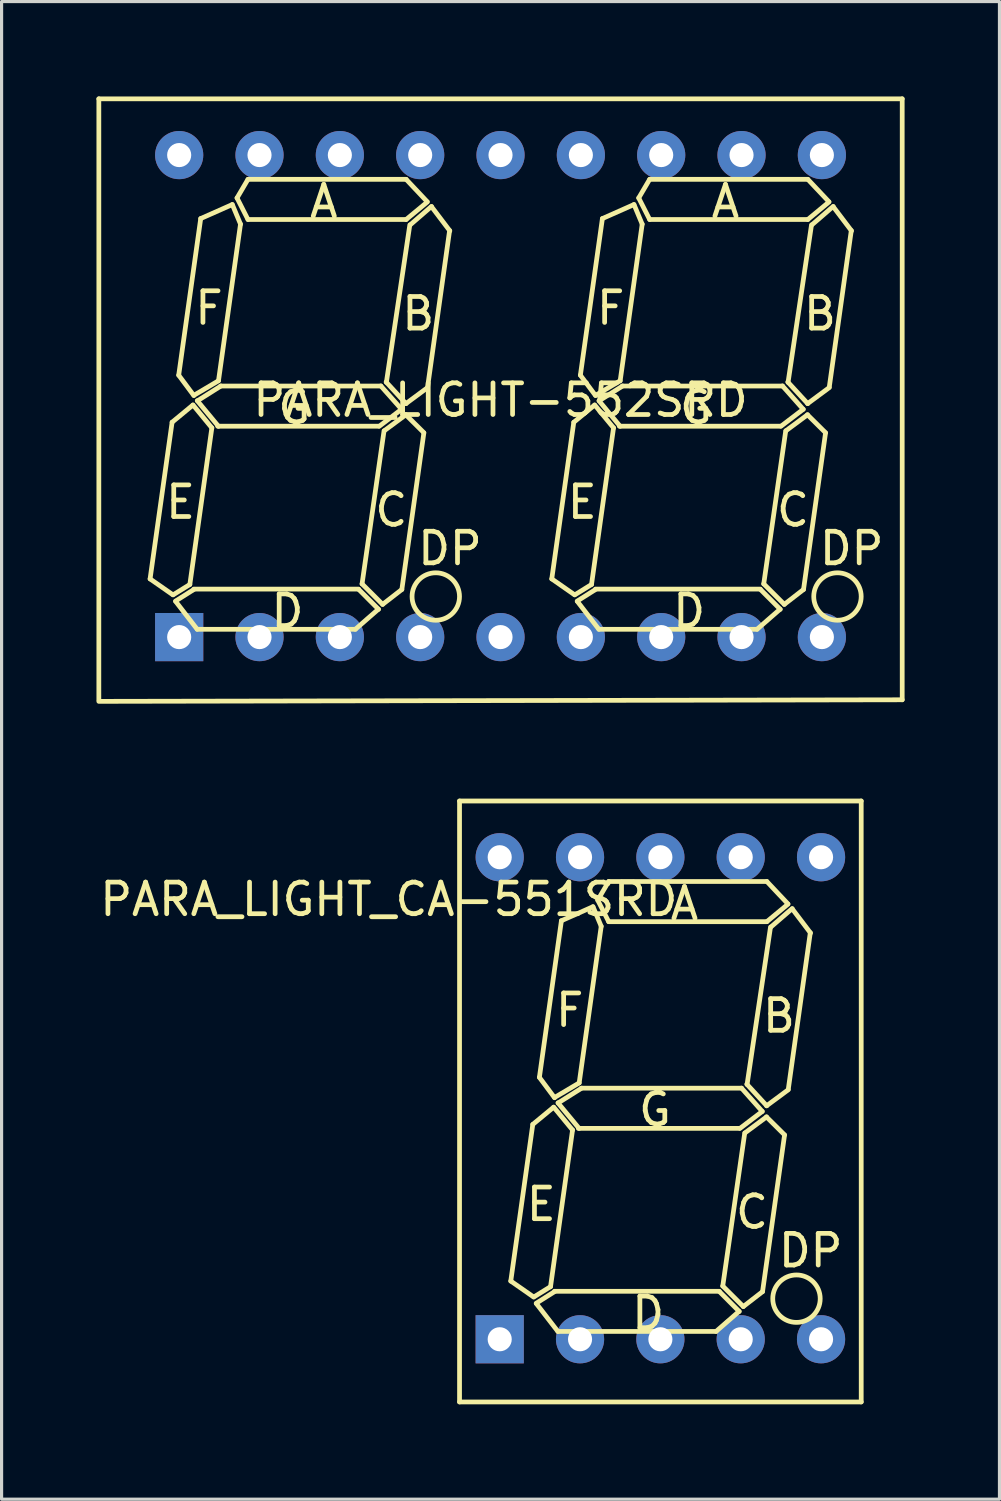
<source format=kicad_pcb>
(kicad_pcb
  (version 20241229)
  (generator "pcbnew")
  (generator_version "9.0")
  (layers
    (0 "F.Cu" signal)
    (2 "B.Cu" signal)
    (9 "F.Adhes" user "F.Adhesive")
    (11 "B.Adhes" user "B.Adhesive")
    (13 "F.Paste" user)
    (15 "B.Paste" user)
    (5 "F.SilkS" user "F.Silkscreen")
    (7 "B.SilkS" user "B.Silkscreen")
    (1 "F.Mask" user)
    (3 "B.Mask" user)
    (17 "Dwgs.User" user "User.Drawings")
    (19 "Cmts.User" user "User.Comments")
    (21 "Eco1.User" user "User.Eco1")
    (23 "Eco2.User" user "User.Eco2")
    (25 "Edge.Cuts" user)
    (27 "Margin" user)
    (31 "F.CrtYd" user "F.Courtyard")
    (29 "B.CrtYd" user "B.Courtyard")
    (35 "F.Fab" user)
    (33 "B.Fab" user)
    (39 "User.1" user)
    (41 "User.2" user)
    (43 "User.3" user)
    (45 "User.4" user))
  (footprint "PARA_LIGHT_CA-551SRD"
    (layer "F.Cu")
    (at 17.829 31.8)
    (property "Reference" "PARA_LIGHT_CA-551SRD" (at -8.585 -6.416 0) (layer "F.SilkS") (effects (font (size 1 1) (thickness 0.15))))
    (attr through_hole)
    (fp_line (start -6.35 -9.525) (end -6.35 9.475) (stroke (width 0.15) (type solid)) (layer "F.SilkS"))
    (fp_line (start -6.35 -9.525) (end 6.35 -9.525) (stroke (width 0.15) (type solid)) (layer "F.SilkS"))
    (fp_line (start -6.35 9.475) (end 6.35 9.475) (stroke (width 0.15) (type solid)) (layer "F.SilkS"))
    (fp_line (start -4.73 5.653) (end -4.034 0.701) (stroke (width 0.15) (type solid)) (layer "F.SilkS"))
    (fp_line (start -4.011 6.155) (end -4.73 5.653) (stroke (width 0.15) (type solid)) (layer "F.SilkS"))
    (fp_line (start -3.919 6.368) (end -3.241 7.246) (stroke (width 0.15) (type solid)) (layer "F.SilkS"))
    (fp_line (start -3.825 -0.787) (end -3.346 -0.143) (stroke (width 0.15) (type solid)) (layer "F.SilkS"))
    (fp_line (start -3.473 5.83) (end -4.001 6.157) (stroke (width 0.15) (type solid)) (layer "F.SilkS"))
    (fp_line (start -3.473 5.83) (end -2.777 0.878) (stroke (width 0.15) (type solid)) (layer "F.SilkS"))
    (fp_line (start -3.378 0.158) (end -4.034 0.7) (stroke (width 0.15) (type solid)) (layer "F.SilkS"))
    (fp_line (start -3.345 -0.151) (end -2.567 -0.611) (stroke (width 0.15) (type solid)) (layer "F.SilkS"))
    (fp_line (start -3.337 5.982) (end -3.927 6.355) (stroke (width 0.15) (type solid)) (layer "F.SilkS"))
    (fp_line (start -3.238 0.02) (end -2.568 0.828) (stroke (width 0.15) (type solid)) (layer "F.SilkS"))
    (fp_line (start -3.129 -5.74) (end -3.825 -0.789) (stroke (width 0.15) (type solid)) (layer "F.SilkS"))
    (fp_line (start -3.129 -5.74) (end -2.133 -6.182) (stroke (width 0.15) (type solid)) (layer "F.SilkS"))
    (fp_line (start -2.777 0.877) (end -3.373 0.153) (stroke (width 0.15) (type solid)) (layer "F.SilkS"))
    (fp_line (start -2.489 -0.447) (end -3.231 0.021) (stroke (width 0.15) (type solid)) (layer "F.SilkS"))
    (fp_line (start -2.13 -6.184) (end -1.871 -5.563) (stroke (width 0.15) (type solid)) (layer "F.SilkS"))
    (fp_line (start -1.981 -6.391) (end -1.635 -5.71) (stroke (width 0.15) (type solid)) (layer "F.SilkS"))
    (fp_line (start -1.871 -5.563) (end -2.567 -0.612) (stroke (width 0.15) (type solid)) (layer "F.SilkS"))
    (fp_line (start -1.635 -6.98) (end -1.981 -6.391) (stroke (width 0.15) (type solid)) (layer "F.SilkS"))
    (fp_line (start 1.76 7.246) (end -3.24 7.246) (stroke (width 0.15) (type solid)) (layer "F.SilkS"))
    (fp_line (start 1.862 5.981) (end 2.494 6.614) (stroke (width 0.15) (type solid)) (layer "F.SilkS"))
    (fp_line (start 1.862 5.976) (end -3.348 5.976) (stroke (width 0.15) (type solid)) (layer "F.SilkS"))
    (fp_line (start 1.972 5.811) (end 2.667 0.973) (stroke (width 0.15) (type solid)) (layer "F.SilkS"))
    (fp_line (start 2.489 6.611) (end 1.76 7.246) (stroke (width 0.15) (type solid)) (layer "F.SilkS"))
    (fp_line (start 2.497 0.825) (end -2.593 0.825) (stroke (width 0.15) (type solid)) (layer "F.SilkS"))
    (fp_line (start 2.565 -0.448) (end 3.221 0.29) (stroke (width 0.15) (type solid)) (layer "F.SilkS"))
    (fp_line (start 2.568 -0.445) (end -2.5 -0.445) (stroke (width 0.15) (type solid)) (layer "F.SilkS"))
    (fp_line (start 2.622 6.459) (end 1.972 5.811) (stroke (width 0.15) (type solid)) (layer "F.SilkS"))
    (fp_line (start 2.733 -0.572) (end 3.363 0.112) (stroke (width 0.15) (type solid)) (layer "F.SilkS"))
    (fp_line (start 3.221 0.29) (end 2.517 0.826) (stroke (width 0.15) (type solid)) (layer "F.SilkS"))
    (fp_line (start 3.23 5.988) (end 2.622 6.459) (stroke (width 0.15) (type solid)) (layer "F.SilkS"))
    (fp_line (start 3.23 5.988) (end 3.926 1.037) (stroke (width 0.15) (type solid)) (layer "F.SilkS"))
    (fp_line (start 3.358 0.462) (end 2.675 0.968) (stroke (width 0.15) (type solid)) (layer "F.SilkS"))
    (fp_line (start 3.358 0.112) (end 4.044 -0.396) (stroke (width 0.15) (type solid)) (layer "F.SilkS"))
    (fp_line (start 3.366 -6.98) (end -1.634 -6.98) (stroke (width 0.15) (type solid)) (layer "F.SilkS"))
    (fp_line (start 3.366 -6.98) (end 4.031 -6.274) (stroke (width 0.15) (type solid)) (layer "F.SilkS"))
    (fp_line (start 3.366 -5.71) (end -1.634 -5.71) (stroke (width 0.15) (type solid)) (layer "F.SilkS"))
    (fp_line (start 3.482 -5.538) (end 2.741 -0.561) (stroke (width 0.15) (type solid)) (layer "F.SilkS"))
    (fp_line (start 3.502 -5.548) (end 4.168 -6.124) (stroke (width 0.15) (type solid)) (layer "F.SilkS"))
    (fp_line (start 3.926 1.03) (end 3.353 0.462) (stroke (width 0.15) (type solid)) (layer "F.SilkS"))
    (fp_line (start 4.036 -6.264) (end 3.366 -5.71) (stroke (width 0.15) (type solid)) (layer "F.SilkS"))
    (fp_line (start 4.168 -6.116) (end 4.747 -5.352) (stroke (width 0.15) (type solid)) (layer "F.SilkS"))
    (fp_line (start 4.74 -5.361) (end 4.044 -0.41) (stroke (width 0.15) (type solid)) (layer "F.SilkS"))
    (fp_line (start 6.35 -9.525) (end 6.35 9.475) (stroke (width 0.15) (type solid)) (layer "F.SilkS"))
    (fp_circle (center 4.303 6.21) (end 5.053 6.21) (stroke (width 0.15) (type solid)) (fill no) (layer "F.SilkS"))
    (fp_text user "B" (at 3.749 -2.731 0) (layer "F.SilkS") (effects (font (size 1 1) (thickness 0.15))))
    (fp_text user "G" (at -0.17 0.234 0) (layer "F.SilkS") (effects (font (size 1 1) (thickness 0.15))))
    (fp_text user "C" (at 2.896 3.472 0) (layer "F.SilkS") (effects (font (size 1 1) (thickness 0.15))))
    (fp_text user "D" (at -0.386 6.673 0) (layer "F.SilkS") (effects (font (size 1 1) (thickness 0.15))))
    (fp_text user "F" (at -2.868 -2.911 0) (layer "F.SilkS") (effects (font (size 1 1) (thickness 0.15))))
    (fp_text user "DP" (at 4.752 4.691 0) (layer "F.SilkS") (effects (font (size 1 1) (thickness 0.15))))
    (fp_text user "A" (at 0.762 -6.276 0) (layer "F.SilkS") (effects (font (size 1 1) (thickness 0.15))))
    (fp_text user "E" (at -3.767 3.226 0) (layer "F.SilkS") (effects (font (size 1 1) (thickness 0.15))))
    (pad "1" thru_hole rect (at -5.08 7.493) (size 1.524 1.524) (drill 0.762) (layers "*.Cu" "*.Mask"))
    (pad "2" thru_hole circle (at -2.54 7.493) (size 1.524 1.524) (drill 0.762) (layers "*.Cu" "*.Mask"))
    (pad "3" thru_hole circle (at 0 7.493) (size 1.524 1.524) (drill 0.762) (layers "*.Cu" "*.Mask"))
    (pad "4" thru_hole circle (at 2.54 7.493) (size 1.524 1.524) (drill 0.762) (layers "*.Cu" "*.Mask"))
    (pad "5" thru_hole circle (at 5.08 7.493) (size 1.524 1.524) (drill 0.762) (layers "*.Cu" "*.Mask"))
    (pad "6" thru_hole circle (at 5.08 -7.747) (size 1.524 1.524) (drill 0.762) (layers "*.Cu" "*.Mask"))
    (pad "7" thru_hole circle (at 2.54 -7.747) (size 1.524 1.524) (drill 0.762) (layers "*.Cu" "*.Mask"))
    (pad "8" thru_hole circle (at 0 -7.747) (size 1.524 1.524) (drill 0.762) (layers "*.Cu" "*.Mask"))
    (pad "9" thru_hole circle (at -2.54 -7.747) (size 1.524 1.524) (drill 0.762) (layers "*.Cu" "*.Mask"))
    (pad "10" thru_hole circle (at -5.08 -7.747) (size 1.524 1.524) (drill 0.762) (layers "*.Cu" "*.Mask")))
  (footprint "PARA_LIGHT-552SRD"
    (layer "F.Cu")
    (at 12.775 9.6)
    (property "Reference" "PARA_LIGHT-552SRD" (at 0 0 0) (layer "F.SilkS") (effects (font (size 1 1) (thickness 0.15))))
    (attr through_hole)
    (fp_line (start -12.7 -9.525) (end -12.7 9.475) (stroke (width 0.15) (type solid)) (layer "F.SilkS"))
    (fp_line (start -12.7 -9.525) (end 12.7 -9.525) (stroke (width 0.15) (type solid)) (layer "F.SilkS"))
    (fp_line (start -12.7 9.525) (end 12.7 9.475) (stroke (width 0.15) (type solid)) (layer "F.SilkS"))
    (fp_line (start -11.08 5.653) (end -10.384 0.701) (stroke (width 0.15) (type solid)) (layer "F.SilkS"))
    (fp_line (start -10.361 6.155) (end -11.08 5.653) (stroke (width 0.15) (type solid)) (layer "F.SilkS"))
    (fp_line (start -10.269 6.368) (end -9.591 7.246) (stroke (width 0.15) (type solid)) (layer "F.SilkS"))
    (fp_line (start -10.175 -0.787) (end -9.696 -0.143) (stroke (width 0.15) (type solid)) (layer "F.SilkS"))
    (fp_line (start -9.823 5.83) (end -10.351 6.157) (stroke (width 0.15) (type solid)) (layer "F.SilkS"))
    (fp_line (start -9.823 5.83) (end -9.127 0.878) (stroke (width 0.15) (type solid)) (layer "F.SilkS"))
    (fp_line (start -9.728 0.158) (end -10.384 0.7) (stroke (width 0.15) (type solid)) (layer "F.SilkS"))
    (fp_line (start -9.695 -0.151) (end -8.917 -0.611) (stroke (width 0.15) (type solid)) (layer "F.SilkS"))
    (fp_line (start -9.687 5.982) (end -10.277 6.355) (stroke (width 0.15) (type solid)) (layer "F.SilkS"))
    (fp_line (start -9.588 0.02) (end -8.918 0.828) (stroke (width 0.15) (type solid)) (layer "F.SilkS"))
    (fp_line (start -9.479 -5.74) (end -10.175 -0.789) (stroke (width 0.15) (type solid)) (layer "F.SilkS"))
    (fp_line (start -9.479 -5.74) (end -8.483 -6.182) (stroke (width 0.15) (type solid)) (layer "F.SilkS"))
    (fp_line (start -9.127 0.877) (end -9.723 0.153) (stroke (width 0.15) (type solid)) (layer "F.SilkS"))
    (fp_line (start -8.839 -0.447) (end -9.581 0.021) (stroke (width 0.15) (type solid)) (layer "F.SilkS"))
    (fp_line (start -8.48 -6.184) (end -8.221 -5.563) (stroke (width 0.15) (type solid)) (layer "F.SilkS"))
    (fp_line (start -8.331 -6.391) (end -7.985 -5.71) (stroke (width 0.15) (type solid)) (layer "F.SilkS"))
    (fp_line (start -8.221 -5.563) (end -8.917 -0.612) (stroke (width 0.15) (type solid)) (layer "F.SilkS"))
    (fp_line (start -7.985 -6.98) (end -8.331 -6.391) (stroke (width 0.15) (type solid)) (layer "F.SilkS"))
    (fp_line (start -4.59 7.246) (end -9.59 7.246) (stroke (width 0.15) (type solid)) (layer "F.SilkS"))
    (fp_line (start -4.488 5.981) (end -3.856 6.614) (stroke (width 0.15) (type solid)) (layer "F.SilkS"))
    (fp_line (start -4.488 5.976) (end -9.698 5.976) (stroke (width 0.15) (type solid)) (layer "F.SilkS"))
    (fp_line (start -4.378 5.811) (end -3.683 0.973) (stroke (width 0.15) (type solid)) (layer "F.SilkS"))
    (fp_line (start -3.861 6.611) (end -4.59 7.246) (stroke (width 0.15) (type solid)) (layer "F.SilkS"))
    (fp_line (start -3.853 0.825) (end -8.943 0.825) (stroke (width 0.15) (type solid)) (layer "F.SilkS"))
    (fp_line (start -3.785 -0.448) (end -3.129 0.29) (stroke (width 0.15) (type solid)) (layer "F.SilkS"))
    (fp_line (start -3.782 -0.445) (end -8.85 -0.445) (stroke (width 0.15) (type solid)) (layer "F.SilkS"))
    (fp_line (start -3.728 6.459) (end -4.378 5.811) (stroke (width 0.15) (type solid)) (layer "F.SilkS"))
    (fp_line (start -3.617 -0.572) (end -2.987 0.112) (stroke (width 0.15) (type solid)) (layer "F.SilkS"))
    (fp_line (start -3.129 0.29) (end -3.833 0.826) (stroke (width 0.15) (type solid)) (layer "F.SilkS"))
    (fp_line (start -3.12 5.988) (end -3.728 6.459) (stroke (width 0.15) (type solid)) (layer "F.SilkS"))
    (fp_line (start -3.12 5.988) (end -2.424 1.037) (stroke (width 0.15) (type solid)) (layer "F.SilkS"))
    (fp_line (start -2.992 0.462) (end -3.675 0.968) (stroke (width 0.15) (type solid)) (layer "F.SilkS"))
    (fp_line (start -2.992 0.112) (end -2.306 -0.396) (stroke (width 0.15) (type solid)) (layer "F.SilkS"))
    (fp_line (start -2.984 -6.98) (end -7.984 -6.98) (stroke (width 0.15) (type solid)) (layer "F.SilkS"))
    (fp_line (start -2.984 -6.98) (end -2.319 -6.274) (stroke (width 0.15) (type solid)) (layer "F.SilkS"))
    (fp_line (start -2.984 -5.71) (end -7.984 -5.71) (stroke (width 0.15) (type solid)) (layer "F.SilkS"))
    (fp_line (start -2.868 -5.538) (end -3.609 -0.561) (stroke (width 0.15) (type solid)) (layer "F.SilkS"))
    (fp_line (start -2.848 -5.548) (end -2.182 -6.124) (stroke (width 0.15) (type solid)) (layer "F.SilkS"))
    (fp_line (start -2.424 1.03) (end -2.997 0.462) (stroke (width 0.15) (type solid)) (layer "F.SilkS"))
    (fp_line (start -2.314 -6.264) (end -2.984 -5.71) (stroke (width 0.15) (type solid)) (layer "F.SilkS"))
    (fp_line (start -2.182 -6.116) (end -1.603 -5.352) (stroke (width 0.15) (type solid)) (layer "F.SilkS"))
    (fp_line (start -1.61 -5.361) (end -2.306 -0.41) (stroke (width 0.15) (type solid)) (layer "F.SilkS"))
    (fp_line (start 1.62 5.653) (end 2.316 0.701) (stroke (width 0.15) (type solid)) (layer "F.SilkS"))
    (fp_line (start 2.339 6.155) (end 1.62 5.653) (stroke (width 0.15) (type solid)) (layer "F.SilkS"))
    (fp_line (start 2.431 6.368) (end 3.109 7.246) (stroke (width 0.15) (type solid)) (layer "F.SilkS"))
    (fp_line (start 2.525 -0.787) (end 3.004 -0.143) (stroke (width 0.15) (type solid)) (layer "F.SilkS"))
    (fp_line (start 2.877 5.83) (end 2.349 6.157) (stroke (width 0.15) (type solid)) (layer "F.SilkS"))
    (fp_line (start 2.877 5.83) (end 3.573 0.878) (stroke (width 0.15) (type solid)) (layer "F.SilkS"))
    (fp_line (start 2.972 0.158) (end 2.316 0.7) (stroke (width 0.15) (type solid)) (layer "F.SilkS"))
    (fp_line (start 3.005 -0.151) (end 3.783 -0.611) (stroke (width 0.15) (type solid)) (layer "F.SilkS"))
    (fp_line (start 3.013 5.982) (end 2.423 6.355) (stroke (width 0.15) (type solid)) (layer "F.SilkS"))
    (fp_line (start 3.112 0.02) (end 3.782 0.828) (stroke (width 0.15) (type solid)) (layer "F.SilkS"))
    (fp_line (start 3.221 -5.74) (end 2.525 -0.789) (stroke (width 0.15) (type solid)) (layer "F.SilkS"))
    (fp_line (start 3.221 -5.74) (end 4.217 -6.182) (stroke (width 0.15) (type solid)) (layer "F.SilkS"))
    (fp_line (start 3.573 0.877) (end 2.977 0.153) (stroke (width 0.15) (type solid)) (layer "F.SilkS"))
    (fp_line (start 3.861 -0.447) (end 3.119 0.021) (stroke (width 0.15) (type solid)) (layer "F.SilkS"))
    (fp_line (start 4.22 -6.184) (end 4.479 -5.563) (stroke (width 0.15) (type solid)) (layer "F.SilkS"))
    (fp_line (start 4.369 -6.391) (end 4.715 -5.71) (stroke (width 0.15) (type solid)) (layer "F.SilkS"))
    (fp_line (start 4.479 -5.563) (end 3.783 -0.612) (stroke (width 0.15) (type solid)) (layer "F.SilkS"))
    (fp_line (start 4.715 -6.98) (end 4.369 -6.391) (stroke (width 0.15) (type solid)) (layer "F.SilkS"))
    (fp_line (start 8.11 7.246) (end 3.11 7.246) (stroke (width 0.15) (type solid)) (layer "F.SilkS"))
    (fp_line (start 8.212 5.981) (end 8.844 6.614) (stroke (width 0.15) (type solid)) (layer "F.SilkS"))
    (fp_line (start 8.212 5.976) (end 3.002 5.976) (stroke (width 0.15) (type solid)) (layer "F.SilkS"))
    (fp_line (start 8.322 5.811) (end 9.017 0.973) (stroke (width 0.15) (type solid)) (layer "F.SilkS"))
    (fp_line (start 8.839 6.611) (end 8.11 7.246) (stroke (width 0.15) (type solid)) (layer "F.SilkS"))
    (fp_line (start 8.847 0.825) (end 3.757 0.825) (stroke (width 0.15) (type solid)) (layer "F.SilkS"))
    (fp_line (start 8.915 -0.448) (end 9.571 0.29) (stroke (width 0.15) (type solid)) (layer "F.SilkS"))
    (fp_line (start 8.918 -0.445) (end 3.85 -0.445) (stroke (width 0.15) (type solid)) (layer "F.SilkS"))
    (fp_line (start 8.972 6.459) (end 8.322 5.811) (stroke (width 0.15) (type solid)) (layer "F.SilkS"))
    (fp_line (start 9.083 -0.572) (end 9.713 0.112) (stroke (width 0.15) (type solid)) (layer "F.SilkS"))
    (fp_line (start 9.571 0.29) (end 8.867 0.826) (stroke (width 0.15) (type solid)) (layer "F.SilkS"))
    (fp_line (start 9.58 5.988) (end 8.972 6.459) (stroke (width 0.15) (type solid)) (layer "F.SilkS"))
    (fp_line (start 9.58 5.988) (end 10.276 1.037) (stroke (width 0.15) (type solid)) (layer "F.SilkS"))
    (fp_line (start 9.708 0.462) (end 9.025 0.968) (stroke (width 0.15) (type solid)) (layer "F.SilkS"))
    (fp_line (start 9.708 0.112) (end 10.394 -0.396) (stroke (width 0.15) (type solid)) (layer "F.SilkS"))
    (fp_line (start 9.716 -6.98) (end 4.716 -6.98) (stroke (width 0.15) (type solid)) (layer "F.SilkS"))
    (fp_line (start 9.716 -6.98) (end 10.381 -6.274) (stroke (width 0.15) (type solid)) (layer "F.SilkS"))
    (fp_line (start 9.716 -5.71) (end 4.716 -5.71) (stroke (width 0.15) (type solid)) (layer "F.SilkS"))
    (fp_line (start 9.832 -5.538) (end 9.091 -0.561) (stroke (width 0.15) (type solid)) (layer "F.SilkS"))
    (fp_line (start 9.852 -5.548) (end 10.518 -6.124) (stroke (width 0.15) (type solid)) (layer "F.SilkS"))
    (fp_line (start 10.276 1.03) (end 9.703 0.462) (stroke (width 0.15) (type solid)) (layer "F.SilkS"))
    (fp_line (start 10.386 -6.264) (end 9.716 -5.71) (stroke (width 0.15) (type solid)) (layer "F.SilkS"))
    (fp_line (start 10.518 -6.116) (end 11.097 -5.352) (stroke (width 0.15) (type solid)) (layer "F.SilkS"))
    (fp_line (start 11.09 -5.361) (end 10.394 -0.41) (stroke (width 0.15) (type solid)) (layer "F.SilkS"))
    (fp_line (start 12.7 -9.525) (end 12.7 9.475) (stroke (width 0.15) (type solid)) (layer "F.SilkS"))
    (fp_circle (center -2.047 6.21) (end -1.297 6.21) (stroke (width 0.15) (type solid)) (fill no) (layer "F.SilkS"))
    (fp_circle (center 10.653 6.21) (end 11.403 6.21) (stroke (width 0.15) (type solid)) (fill no) (layer "F.SilkS"))
    (fp_text user "A" (at -5.588 -6.276 0) (layer "F.SilkS") (effects (font (size 1 1) (thickness 0.15))))
    (fp_text user "E" (at -10.117 3.226 0) (layer "F.SilkS") (effects (font (size 1 1) (thickness 0.15))))
    (fp_text user "D" (at -6.736 6.673 0) (layer "F.SilkS") (effects (font (size 1 1) (thickness 0.15))))
    (fp_text user "B" (at -2.601 -2.731 0) (layer "F.SilkS") (effects (font (size 1 1) (thickness 0.15))))
    (fp_text user "G" (at -6.52 0.234 0) (layer "F.SilkS") (effects (font (size 1 1) (thickness 0.15))))
    (fp_text user "F" (at 3.482 -2.911 0) (layer "F.SilkS") (effects (font (size 1 1) (thickness 0.15))))
    (fp_text user "B" (at 10.099 -2.731 0) (layer "F.SilkS") (effects (font (size 1 1) (thickness 0.15))))
    (fp_text user "DP" (at 11.102 4.691 0) (layer "F.SilkS") (effects (font (size 1 1) (thickness 0.15))))
    (fp_text user "G" (at 6.18 0.234 0) (layer "F.SilkS") (effects (font (size 1 1) (thickness 0.15))))
    (fp_text user "F" (at -9.218 -2.911 0) (layer "F.SilkS") (effects (font (size 1 1) (thickness 0.15))))
    (fp_text user "D" (at 5.964 6.673 0) (layer "F.SilkS") (effects (font (size 1 1) (thickness 0.15))))
    (fp_text user "DP" (at -1.598 4.691 0) (layer "F.SilkS") (effects (font (size 1 1) (thickness 0.15))))
    (fp_text user "A" (at 7.112 -6.276 0) (layer "F.SilkS") (effects (font (size 1 1) (thickness 0.15))))
    (fp_text user "C" (at -3.454 3.472 0) (layer "F.SilkS") (effects (font (size 1 1) (thickness 0.15))))
    (fp_text user "E" (at 2.583 3.226 0) (layer "F.SilkS") (effects (font (size 1 1) (thickness 0.15))))
    (fp_text user "C" (at 9.246 3.472 0) (layer "F.SilkS") (effects (font (size 1 1) (thickness 0.15))))
    (pad "1" thru_hole rect (at -10.16 7.493) (size 1.524 1.524) (drill 0.762) (layers "*.Cu" "*.Mask"))
    (pad "2" thru_hole circle (at -7.62 7.493) (size 1.524 1.524) (drill 0.762) (layers "*.Cu" "*.Mask"))
    (pad "3" thru_hole circle (at -5.08 7.493) (size 1.524 1.524) (drill 0.762) (layers "*.Cu" "*.Mask"))
    (pad "4" thru_hole circle (at -2.54 7.493) (size 1.524 1.524) (drill 0.762) (layers "*.Cu" "*.Mask"))
    (pad "5" thru_hole circle (at 0 7.493) (size 1.524 1.524) (drill 0.762) (layers "*.Cu" "*.Mask"))
    (pad "6" thru_hole circle (at 2.54 7.493) (size 1.524 1.524) (drill 0.762) (layers "*.Cu" "*.Mask"))
    (pad "7" thru_hole circle (at 5.08 7.493) (size 1.524 1.524) (drill 0.762) (layers "*.Cu" "*.Mask"))
    (pad "8" thru_hole circle (at 7.62 7.493) (size 1.524 1.524) (drill 0.762) (layers "*.Cu" "*.Mask"))
    (pad "9" thru_hole circle (at 10.16 7.493) (size 1.524 1.524) (drill 0.762) (layers "*.Cu" "*.Mask"))
    (pad "10" thru_hole circle (at 10.16 -7.747) (size 1.524 1.524) (drill 0.762) (layers "*.Cu" "*.Mask"))
    (pad "11" thru_hole circle (at 7.62 -7.747) (size 1.524 1.524) (drill 0.762) (layers "*.Cu" "*.Mask"))
    (pad "12" thru_hole circle (at 5.08 -7.747) (size 1.524 1.524) (drill 0.762) (layers "*.Cu" "*.Mask"))
    (pad "13" thru_hole circle (at 2.54 -7.747) (size 1.524 1.524) (drill 0.762) (layers "*.Cu" "*.Mask"))
    (pad "14" thru_hole circle (at 0 -7.747) (size 1.524 1.524) (drill 0.762) (layers "*.Cu" "*.Mask"))
    (pad "15" thru_hole circle (at -2.54 -7.747) (size 1.524 1.524) (drill 0.762) (layers "*.Cu" "*.Mask"))
    (pad "16" thru_hole circle (at -5.08 -7.747) (size 1.524 1.524) (drill 0.762) (layers "*.Cu" "*.Mask"))
    (pad "17" thru_hole circle (at -7.62 -7.747) (size 1.524 1.524) (drill 0.762) (layers "*.Cu" "*.Mask"))
    (pad "18" thru_hole circle (at -10.16 -7.747) (size 1.524 1.524) (drill 0.762) (layers "*.Cu" "*.Mask")))
  (gr_rect
    (start -3 -3)
    (end 28.55 44.35)
    (stroke (width 0.1) (type default))
    (fill no)
    (layer "Edge.Cuts")))
</source>
